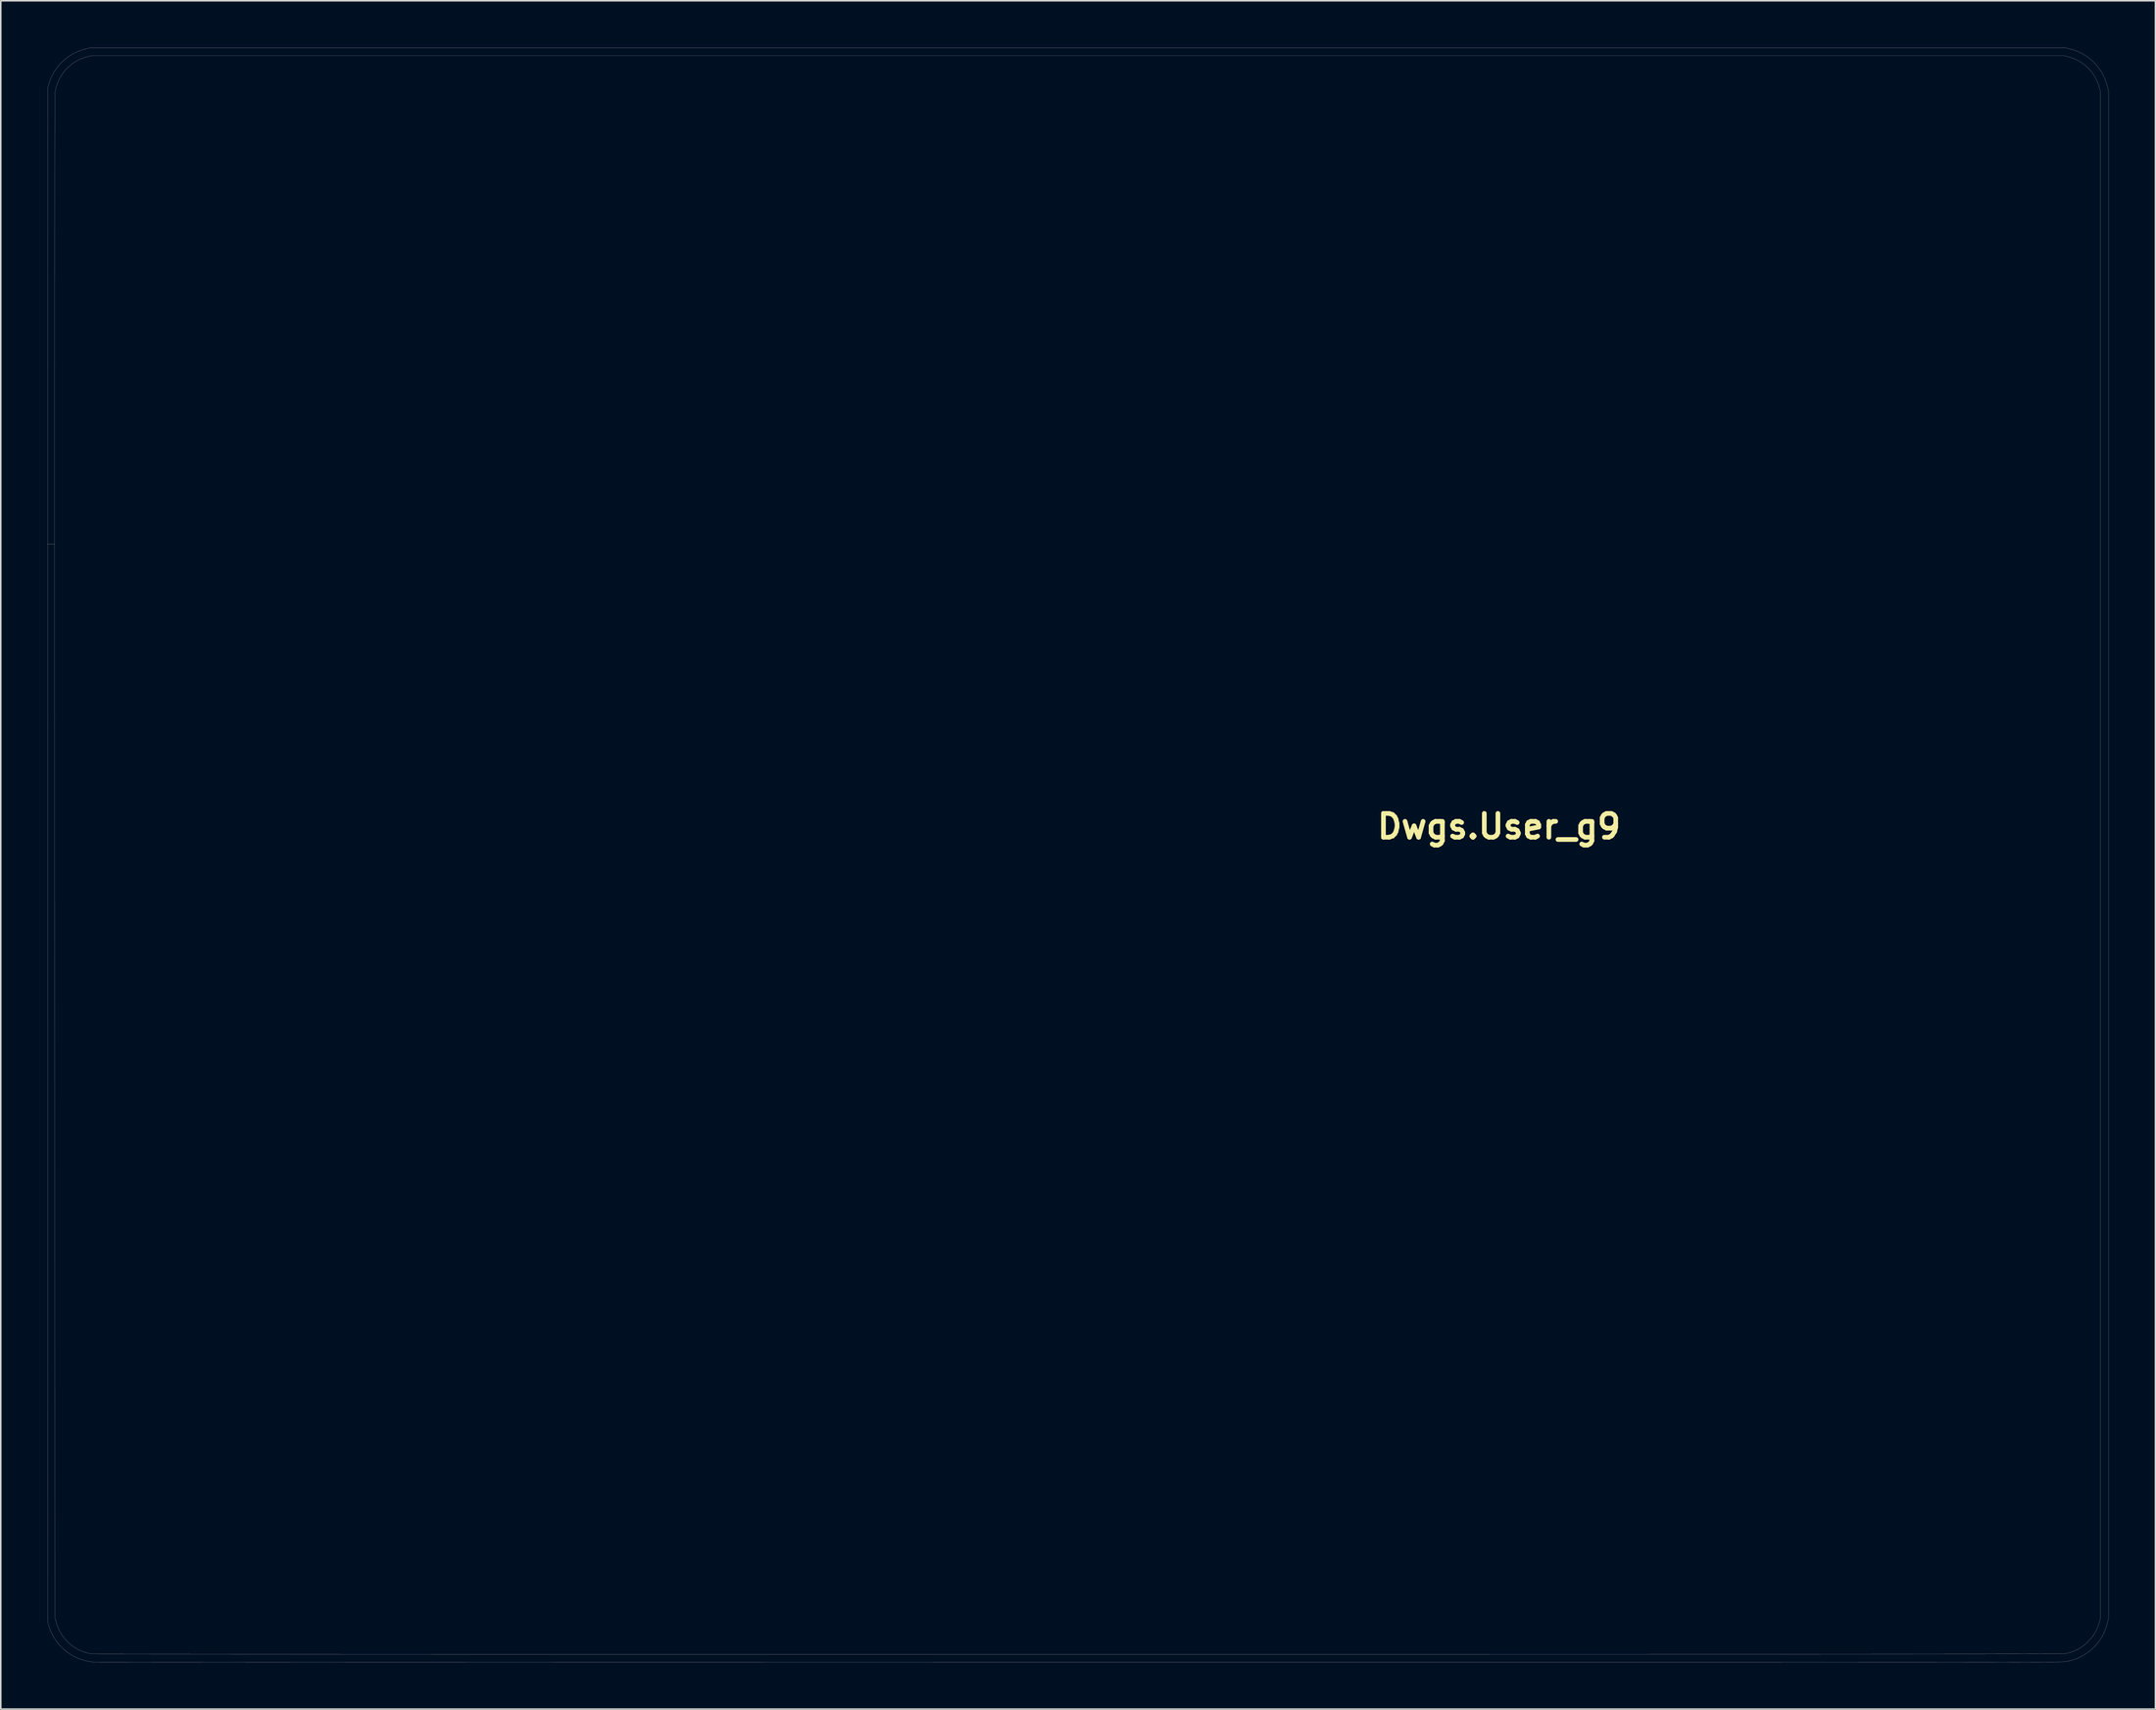
<source format=kicad_pcb>
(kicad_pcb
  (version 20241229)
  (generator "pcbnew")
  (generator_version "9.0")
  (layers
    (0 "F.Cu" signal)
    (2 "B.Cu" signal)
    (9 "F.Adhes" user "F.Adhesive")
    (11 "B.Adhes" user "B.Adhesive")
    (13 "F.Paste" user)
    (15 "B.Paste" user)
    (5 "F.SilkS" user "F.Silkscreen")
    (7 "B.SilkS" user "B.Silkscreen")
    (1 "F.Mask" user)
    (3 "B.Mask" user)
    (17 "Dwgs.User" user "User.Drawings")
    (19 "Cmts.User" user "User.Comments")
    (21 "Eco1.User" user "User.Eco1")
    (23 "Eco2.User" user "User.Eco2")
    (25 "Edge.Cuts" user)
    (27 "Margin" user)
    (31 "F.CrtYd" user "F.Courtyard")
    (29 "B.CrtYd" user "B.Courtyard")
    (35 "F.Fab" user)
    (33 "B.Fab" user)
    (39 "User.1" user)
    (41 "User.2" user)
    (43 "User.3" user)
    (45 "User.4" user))
  (footprint "Dwgs.User_g9"
    (layer "F.Cu")
    (at 92.969 49.899)
    (property "Reference" "Dwgs.User_g9" (at 0 0 0) (layer "F.SilkS") (effects (font (size 1.524 1.524) (thickness 0.3))))
    (attr through_hole)
    (fp_poly (pts (xy 36.441 -49.848) (xy 36.771 -49.76) (xy 37.086 -49.643) (xy 37.382 -49.497) (xy 37.661 -49.324) (xy 37.919 -49.123) (xy 38.157 -48.897) (xy 38.373 -48.645) (xy 38.566 -48.368) (xy 38.567 -48.368) (xy 38.71 -48.111) (xy 38.833 -47.832) (xy 38.932 -47.538) (xy 38.994 -47.295) (xy 39.04 -47.083) (xy 39.04 50.707) (xy 39 50.902) (xy 38.916 51.232) (xy 38.803 51.544) (xy 38.662 51.839) (xy 38.492 52.116) (xy 38.292 52.377) (xy 38.143 52.542) (xy 37.896 52.774) (xy 37.633 52.976) (xy 37.356 53.148) (xy 37.064 53.29) (xy 36.757 53.401) (xy 36.437 53.481) (xy 36.215 53.517) (xy 36.207 53.518) (xy 36.195 53.519) (xy 36.178 53.519) (xy 36.155 53.52) (xy 36.127 53.521) (xy 36.093 53.521) (xy 36.054 53.522) (xy 36.007 53.523) (xy 35.954 53.523) (xy 35.894 53.524) (xy 35.826 53.525) (xy 35.751 53.525) (xy 35.668 53.526) (xy 35.576 53.526) (xy 35.476 53.527) (xy 35.367 53.527) (xy 35.249 53.528) (xy 35.121 53.528) (xy 34.983 53.529) (xy 34.835 53.529) (xy 34.676 53.53) (xy 34.507 53.53) (xy 34.326 53.531) (xy 34.134 53.531) (xy 33.93 53.532) (xy 33.714 53.532) (xy 33.486 53.532) (xy 33.245 53.533) (xy 32.991 53.533) (xy 32.723 53.534) (xy 32.442 53.534) (xy 32.147 53.534) (xy 31.838 53.535) (xy 31.514 53.535) (xy 31.175 53.535) (xy 30.82 53.536) (xy 30.451 53.536) (xy 30.065 53.536) (xy 29.663 53.537) (xy 29.245 53.537) (xy 28.81 53.537) (xy 28.358 53.537) (xy 27.888 53.538) (xy 27.401 53.538) (xy 26.895 53.538) (xy 26.371 53.538) (xy 25.829 53.539) (xy 25.267 53.539) (xy 24.686 53.539) (xy 24.086 53.539) (xy 23.465 53.539) (xy 22.824 53.54) (xy 22.163 53.54) (xy 21.481 53.54) (xy 20.777 53.54) (xy 20.052 53.54) (xy 19.305 53.54) (xy 18.536 53.54) (xy 17.745 53.541) (xy 16.931 53.541) (xy 16.093 53.541) (xy 15.233 53.541) (xy 14.348 53.541) (xy 13.44 53.541) (xy 12.507 53.541) (xy 11.549 53.541) (xy 10.567 53.541) (xy 9.559 53.541) (xy 8.525 53.541) (xy 7.466 53.541) (xy 6.38 53.541) (xy 5.268 53.541) (xy 4.129 53.541) (xy 2.963 53.542) (xy 1.769 53.542) (xy 0.548 53.542) (xy -0.702 53.542) (xy -1.98 53.542) (xy -3.287 53.542) (xy -4.623 53.542) (xy -5.988 53.542) (xy -7.383 53.542) (xy -8.808 53.541) (xy -10.264 53.541) (xy -11.75 53.541) (xy -13.267 53.541) (xy -14.815 53.541) (xy -16.395 53.541) (xy -18.007 53.541) (xy -19.651 53.541) (xy -21.327 53.541) (xy -23.036 53.541) (xy -24.779 53.541) (xy -26.555 53.541) (xy -27.005 53.541) (xy -28.469 53.541) (xy -29.925 53.541) (xy -31.372 53.541) (xy -32.811 53.541) (xy -34.241 53.541) (xy -35.661 53.541) (xy -37.072 53.54) (xy -38.473 53.54) (xy -39.864 53.54) (xy -41.243 53.54) (xy -42.612 53.54) (xy -43.968 53.54) (xy -45.313 53.54) (xy -46.646 53.54) (xy -47.966 53.539) (xy -49.273 53.539) (xy -50.566 53.539) (xy -51.846 53.539) (xy -53.111 53.539) (xy -54.362 53.539) (xy -55.598 53.538) (xy -56.819 53.538) (xy -58.024 53.538) (xy -59.213 53.538) (xy -60.385 53.538) (xy -61.541 53.537) (xy -62.68 53.537) (xy -63.801 53.537) (xy -64.904 53.537) (xy -65.989 53.537) (xy -67.056 53.536) (xy -68.103 53.536) (xy -69.131 53.536) (xy -70.139 53.536) (xy -71.127 53.535) (xy -72.095 53.535) (xy -73.042 53.535) (xy -73.967 53.535) (xy -74.871 53.534) (xy -75.753 53.534) (xy -76.612 53.534) (xy -77.449 53.534) (xy -78.263 53.533) (xy -79.053 53.533) (xy -79.819 53.533) (xy -80.561 53.532) (xy -81.278 53.532) (xy -81.971 53.532) (xy -82.638 53.532) (xy -83.279 53.531) (xy -83.895 53.531) (xy -84.484 53.531) (xy -85.046 53.53) (xy -85.58 53.53) (xy -86.088 53.53) (xy -86.567 53.529) (xy -87.018 53.529) (xy -87.44 53.529) (xy -87.833 53.528) (xy -88.197 53.528) (xy -88.531 53.528) (xy -88.834 53.528) (xy -89.108 53.527) (xy -89.35 53.527) (xy -89.561 53.527) (xy -89.74 53.526) (xy -89.887 53.526) (xy -90.002 53.526) (xy -90.084 53.525) (xy -90.132 53.525) (xy -90.148 53.525) (xy -90.428 53.478) (xy -90.712 53.404) (xy -90.989 53.307) (xy -91.253 53.188) (xy -91.456 53.074) (xy -91.726 52.889) (xy -91.975 52.679) (xy -92.202 52.447) (xy -92.405 52.196) (xy -92.581 51.928) (xy -92.73 51.645) (xy -92.849 51.35) (xy -92.921 51.11) (xy -92.964 50.944) (xy -92.964 -19.433) (xy -92.521 -19.433) (xy -92.521 -18.097) (xy -92.521 -16.728) (xy -92.521 -15.326) (xy -92.521 -13.891) (xy -92.521 -12.423) (xy -92.521 -10.922) (xy -92.521 -9.388) (xy -92.521 -7.82) (xy -92.52 -6.219) (xy -92.52 -4.584) (xy -92.52 -2.916) (xy -92.52 -1.214) (xy -92.52 0.522) (xy -92.52 1.973) (xy -92.514 50.571) (xy -92.478 50.758) (xy -92.401 51.063) (xy -92.296 51.352) (xy -92.163 51.624) (xy -92.002 51.878) (xy -91.816 52.111) (xy -91.605 52.324) (xy -91.371 52.513) (xy -91.115 52.677) (xy -90.983 52.747) (xy -90.763 52.844) (xy -90.527 52.925) (xy -90.287 52.986) (xy -90.102 53.017) (xy -90.083 53.017) (xy -90.03 53.018) (xy -89.944 53.018) (xy -89.825 53.018) (xy -89.674 53.019) (xy -89.491 53.019) (xy -89.276 53.019) (xy -89.03 53.019) (xy -88.753 53.02) (xy -88.445 53.02) (xy -88.108 53.02) (xy -87.74 53.021) (xy -87.344 53.021) (xy -86.918 53.021) (xy -86.463 53.021) (xy -85.981 53.022) (xy -85.47 53.022) (xy -84.932 53.022) (xy -84.366 53.022) (xy -83.774 53.023) (xy -83.156 53.023) (xy -82.511 53.023) (xy -81.841 53.023) (xy -81.145 53.024) (xy -80.425 53.024) (xy -79.679 53.024) (xy -78.91 53.024) (xy -78.117 53.025) (xy -77.301 53.025) (xy -76.461 53.025) (xy -75.599 53.025) (xy -74.714 53.025) (xy -73.807 53.026) (xy -72.879 53.026) (xy -71.93 53.026) (xy -70.96 53.026) (xy -69.969 53.026) (xy -68.958 53.026) (xy -67.928 53.027) (xy -66.878 53.027) (xy -65.809 53.027) (xy -64.722 53.027) (xy -63.616 53.027) (xy -62.493 53.027) (xy -61.352 53.027) (xy -60.194 53.027) (xy -59.019 53.028) (xy -57.828 53.028) (xy -56.621 53.028) (xy -55.398 53.028) (xy -54.16 53.028) (xy -52.907 53.028) (xy -51.64 53.028) (xy -50.358 53.028) (xy -49.063 53.028) (xy -47.754 53.028) (xy -46.432 53.028) (xy -45.098 53.028) (xy -43.751 53.028) (xy -42.393 53.028) (xy -41.023 53.028) (xy -39.641 53.028) (xy -38.249 53.028) (xy -36.847 53.028) (xy -35.435 53.028) (xy -34.013 53.028) (xy -32.581 53.028) (xy -31.141 53.028) (xy -29.692 53.028) (xy -28.235 53.028) (xy -26.924 53.028) (xy -25.147 53.028) (xy -23.403 53.028) (xy -21.692 53.028) (xy -20.014 53.028) (xy -18.369 53.028) (xy -16.756 53.028) (xy -15.175 53.027) (xy -13.626 53.027) (xy -12.108 53.027) (xy -10.621 53.027) (xy -9.165 53.027) (xy -7.739 53.027) (xy -6.343 53.027) (xy -4.977 53.027) (xy -3.64 53.027) (xy -2.333 53.027) (xy -1.054 53.027) (xy 0.197 53.026) (xy 1.419 53.026) (xy 2.614 53.026) (xy 3.781 53.026) (xy 4.92 53.026) (xy 6.033 53.026) (xy 7.12 53.026) (xy 8.18 53.026) (xy 9.214 53.026) (xy 10.223 53.025) (xy 11.207 53.025) (xy 12.165 53.025) (xy 13.099 53.025) (xy 14.009 53.025) (xy 14.894 53.025) (xy 15.756 53.025) (xy 16.595 53.024) (xy 17.41 53.024) (xy 18.203 53.024) (xy 18.974 53.024) (xy 19.722 53.024) (xy 20.449 53.024) (xy 21.154 53.023) (xy 21.838 53.023) (xy 22.501 53.023) (xy 23.144 53.023) (xy 23.766 53.023) (xy 24.369 53.022) (xy 24.952 53.022) (xy 25.516 53.022) (xy 26.062 53.022) (xy 26.588 53.021) (xy 27.096 53.021) (xy 27.587 53.021) (xy 28.06 53.021) (xy 28.515 53.02) (xy 28.953 53.02) (xy 29.375 53.02) (xy 29.781 53.019) (xy 30.17 53.019) (xy 30.544 53.019) (xy 30.902 53.019) (xy 31.246 53.018) (xy 31.574 53.018) (xy 31.888 53.017) (xy 32.188 53.017) (xy 32.475 53.017) (xy 32.747 53.016) (xy 33.007 53.016) (xy 33.254 53.016) (xy 33.488 53.015) (xy 33.71 53.015) (xy 33.92 53.014) (xy 34.119 53.014) (xy 34.306 53.013) (xy 34.483 53.013) (xy 34.648 53.012) (xy 34.804 53.012) (xy 34.949 53.011) (xy 35.085 53.011) (xy 35.212 53.01) (xy 35.33 53.01) (xy 35.438 53.009) (xy 35.539 53.009) (xy 35.631 53.008) (xy 35.716 53.008) (xy 35.793 53.007) (xy 35.864 53.006) (xy 35.927 53.006) (xy 35.984 53.005) (xy 36.035 53.004) (xy 36.08 53.004) (xy 36.119 53.003) (xy 36.154 53.002) (xy 36.183 53.002) (xy 36.208 53.001) (xy 36.229 53) (xy 36.245 53) (xy 36.258 52.999) (xy 36.268 52.998) (xy 36.275 52.997) (xy 36.278 52.997) (xy 36.581 52.919) (xy 36.86 52.818) (xy 37.119 52.692) (xy 37.361 52.54) (xy 37.588 52.36) (xy 37.77 52.186) (xy 37.972 51.953) (xy 38.145 51.704) (xy 38.288 51.437) (xy 38.403 51.153) (xy 38.489 50.851) (xy 38.494 50.828) (xy 38.532 50.656) (xy 38.532 -47.015) (xy 38.492 -47.193) (xy 38.407 -47.499) (xy 38.294 -47.787) (xy 38.153 -48.057) (xy 37.985 -48.307) (xy 37.791 -48.536) (xy 37.571 -48.744) (xy 37.326 -48.93) (xy 37.308 -48.942) (xy 37.061 -49.088) (xy 36.798 -49.207) (xy 36.515 -49.302) (xy 36.337 -49.347) (xy 36.161 -49.386) (xy -90.128 -49.386) (xy -90.302 -49.348) (xy -90.602 -49.267) (xy -90.886 -49.157) (xy -91.153 -49.019) (xy -91.401 -48.856) (xy -91.629 -48.668) (xy -91.835 -48.458) (xy -92.016 -48.226) (xy -92.173 -47.973) (xy -92.302 -47.703) (xy -92.372 -47.517) (xy -92.42 -47.362) (xy -92.455 -47.22) (xy -92.481 -47.08) (xy -92.5 -46.926) (xy -92.508 -46.841) (xy -92.508 -46.819) (xy -92.509 -46.766) (xy -92.51 -46.684) (xy -92.51 -46.572) (xy -92.511 -46.43) (xy -92.511 -46.258) (xy -92.512 -46.056) (xy -92.512 -45.823) (xy -92.513 -45.561) (xy -92.513 -45.268) (xy -92.514 -44.945) (xy -92.514 -44.591) (xy -92.515 -44.207) (xy -92.515 -43.792) (xy -92.516 -43.346) (xy -92.516 -42.87) (xy -92.516 -42.362) (xy -92.517 -41.824) (xy -92.517 -41.255) (xy -92.517 -40.655) (xy -92.518 -40.023) (xy -92.518 -39.361) (xy -92.518 -38.667) (xy -92.519 -37.941) (xy -92.519 -37.185) (xy -92.519 -36.396) (xy -92.519 -35.576) (xy -92.52 -34.725) (xy -92.52 -33.841) (xy -92.52 -32.926) (xy -92.52 -31.979) (xy -92.52 -31) (xy -92.52 -29.989) (xy -92.521 -28.945) (xy -92.521 -27.87) (xy -92.521 -26.762) (xy -92.521 -25.622) (xy -92.521 -24.449) (xy -92.521 -23.244) (xy -92.521 -22.006) (xy -92.521 -20.736) (xy -92.521 -19.433) (xy -92.964 -19.433) (xy -92.964 -47.303) (xy -92.923 -47.464) (xy -92.828 -47.768) (xy -92.703 -48.063) (xy -92.549 -48.346) (xy -92.368 -48.612) (xy -92.164 -48.858) (xy -91.938 -49.081) (xy -91.875 -49.134) (xy -91.608 -49.337) (xy -91.322 -49.511) (xy -91.02 -49.656) (xy -90.702 -49.771) (xy -90.407 -49.848) (xy -90.195 -49.894) (xy 36.229 -49.894) (xy 36.441 -49.848)) (stroke (width 0.01) (type solid)) (fill no) (layer "Dwgs.User")))
  (gr_rect
    (start -3 -3)
    (end 135.013 106.446)
    (stroke (width 0.1) (type default))
    (fill no)
    (layer "Edge.Cuts")))
</source>
